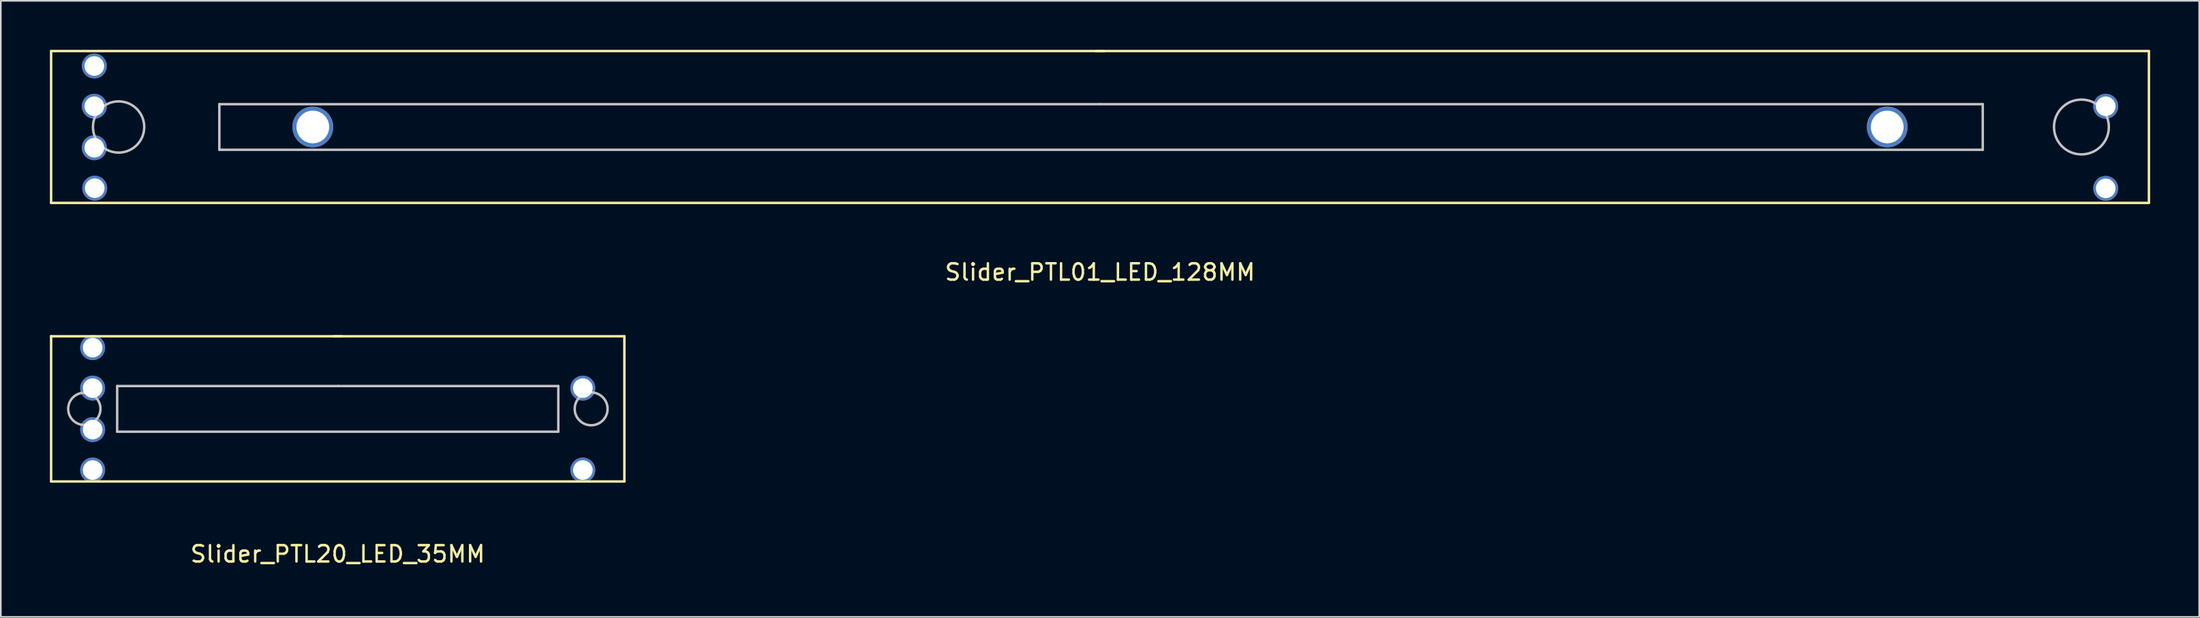
<source format=kicad_pcb>
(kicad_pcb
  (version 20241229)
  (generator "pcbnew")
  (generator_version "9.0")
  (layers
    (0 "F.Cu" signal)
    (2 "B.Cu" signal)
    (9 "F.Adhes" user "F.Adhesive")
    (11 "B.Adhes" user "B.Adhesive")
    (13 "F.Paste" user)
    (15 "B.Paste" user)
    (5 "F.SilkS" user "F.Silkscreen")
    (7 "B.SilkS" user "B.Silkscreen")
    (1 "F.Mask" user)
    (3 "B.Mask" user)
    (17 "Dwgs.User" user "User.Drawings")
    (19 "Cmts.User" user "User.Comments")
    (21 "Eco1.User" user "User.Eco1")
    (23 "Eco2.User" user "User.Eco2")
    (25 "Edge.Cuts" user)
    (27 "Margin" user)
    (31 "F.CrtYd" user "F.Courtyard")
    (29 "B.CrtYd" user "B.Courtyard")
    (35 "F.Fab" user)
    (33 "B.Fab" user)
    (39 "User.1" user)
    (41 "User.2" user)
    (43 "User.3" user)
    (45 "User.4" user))
  (footprint "Slider_PTL20_LED_35MM"
    (layer "F.Cu")
    (at 17.601 21.983)
    (property "Reference" "Slider_PTL20_LED_35MM" (at 0 8.89 0) (layer "F.SilkS") (effects (font (size 1 1) (thickness 0.15))))
    (attr through_hole)
    (fp_line (start -17.526 -4.445) (end -17.526 4.445) (stroke (width 0.15) (type solid)) (layer "F.SilkS"))
    (fp_line (start -17.526 4.445) (end 17.526 4.445) (stroke (width 0.15) (type solid)) (layer "F.SilkS"))
    (fp_line (start 0.254 -4.445) (end -17.526 -4.445) (stroke (width 0.15) (type solid)) (layer "F.SilkS"))
    (fp_line (start 17.526 -4.445) (end -0.254 -4.445) (stroke (width 0.15) (type solid)) (layer "F.SilkS"))
    (fp_line (start 17.526 4.445) (end 17.526 -4.445) (stroke (width 0.15) (type solid)) (layer "F.SilkS"))
    (fp_line (start -13.487 -1.397) (end 0.025 -1.397) (stroke (width 0.15) (type solid)) (layer "Dwgs.User"))
    (fp_line (start -13.487 1.397) (end -13.487 -1.397) (stroke (width 0.15) (type solid)) (layer "Dwgs.User"))
    (fp_line (start 0.025 -1.397) (end 13.487 -1.397) (stroke (width 0.15) (type solid)) (layer "Dwgs.User"))
    (fp_line (start 13.487 -1.397) (end 13.487 1.397) (stroke (width 0.15) (type solid)) (layer "Dwgs.User"))
    (fp_line (start 13.487 1.397) (end -13.487 1.397) (stroke (width 0.15) (type solid)) (layer "Dwgs.User"))
    (fp_circle (center -15.494 0) (end -15.24 0.953) (stroke (width 0.15) (type solid)) (fill no) (layer "Dwgs.User"))
    (fp_circle (center 15.494 0) (end 15.812 0.953) (stroke (width 0.15) (type solid)) (fill no) (layer "Dwgs.User"))
    (pad "" np_thru_hole circle (at -14.986 1.27) (size 1.524 1.524) (drill 1.2) (layers "*.Cu" "*.Mask"))
    (pad "1" thru_hole circle (at -14.986 -1.27) (size 1.524 1.524) (drill 1.2) (layers "*.Cu" "*.Mask"))
    (pad "2" thru_hole circle (at -14.986 -3.747) (size 1.524 1.524) (drill 1.2) (layers "*.Cu" "*.Mask"))
    (pad "3" thru_hole circle (at 14.986 -1.27) (size 1.524 1.524) (drill 1.2) (layers "*.Cu" "*.Mask"))
    (pad "4" thru_hole circle (at 14.986 3.747) (size 1.524 1.524) (drill 1.2) (layers "*.Cu" "*.Mask"))
    (pad "5" thru_hole circle (at -14.986 3.747) (size 1.524 1.524) (drill 1.2) (layers "*.Cu" "*.Mask")))
  (footprint "Slider_PTL01_LED_128MM"
    (layer "F.Cu")
    (at 64.21 4.725)
    (property "Reference" "Slider_PTL01_LED_128MM" (at 0 8.89 0) (layer "F.SilkS") (effects (font (size 1 1) (thickness 0.15))))
    (attr through_hole)
    (fp_line (start -64.135 -4.636) (end -64.135 4.636) (stroke (width 0.15) (type solid)) (layer "F.SilkS"))
    (fp_line (start -64.135 4.65) (end 64.135 4.65) (stroke (width 0.15) (type solid)) (layer "F.SilkS"))
    (fp_line (start 0.254 -4.65) (end -64.135 -4.65) (stroke (width 0.15) (type solid)) (layer "F.SilkS"))
    (fp_line (start 64.135 -4.65) (end -0.254 -4.65) (stroke (width 0.15) (type solid)) (layer "F.SilkS"))
    (fp_line (start 64.135 4.636) (end 64.135 -4.636) (stroke (width 0.15) (type solid)) (layer "F.SilkS"))
    (fp_line (start -53.848 -1.397) (end 0.025 -1.397) (stroke (width 0.15) (type solid)) (layer "Dwgs.User"))
    (fp_line (start -53.848 1.397) (end -53.848 -1.397) (stroke (width 0.15) (type solid)) (layer "Dwgs.User"))
    (fp_line (start 0.025 -1.397) (end 53.975 -1.397) (stroke (width 0.15) (type solid)) (layer "Dwgs.User"))
    (fp_line (start 53.975 -1.397) (end 53.975 1.397) (stroke (width 0.15) (type solid)) (layer "Dwgs.User"))
    (fp_line (start 53.975 1.397) (end -53.848 1.397) (stroke (width 0.15) (type solid)) (layer "Dwgs.User"))
    (fp_circle (center -60.008 0) (end -59.436 1.46) (stroke (width 0.15) (type solid)) (fill no) (layer "Dwgs.User"))
    (fp_circle (center 60.008 0) (end 60.833 1.46) (stroke (width 0.15) (type solid)) (fill no) (layer "Dwgs.User"))
    (pad "" np_thru_hole circle (at -61.493 1.27) (size 1.524 1.524) (drill 1.2) (layers "*.Cu" "*.Mask"))
    (pad "" np_thru_hole circle (at -48.133 0) (size 2.5 2.5) (drill 2) (layers "*.Cu" "*.Mask"))
    (pad "" np_thru_hole circle (at 48.133 0) (size 2.5 2.5) (drill 2) (layers "*.Cu" "*.Mask"))
    (pad "1" thru_hole circle (at -61.493 -1.27) (size 1.524 1.524) (drill 1.2) (layers "*.Cu" "*.Mask"))
    (pad "2" thru_hole circle (at -61.493 -3.734) (size 1.524 1.524) (drill 1.2) (layers "*.Cu" "*.Mask"))
    (pad "3" thru_hole circle (at 61.493 -1.27) (size 1.524 1.524) (drill 1.2) (layers "*.Cu" "*.Mask"))
    (pad "4" thru_hole circle (at 61.493 3.759) (size 1.524 1.524) (drill 1.2) (layers "*.Cu" "*.Mask"))
    (pad "5" thru_hole circle (at -61.468 3.747) (size 1.524 1.524) (drill 1.2) (layers "*.Cu" "*.Mask")))
  (gr_rect
    (start -3 -3)
    (end 131.42 34.721)
    (stroke (width 0.1) (type default))
    (fill no)
    (layer "Edge.Cuts")))
</source>
